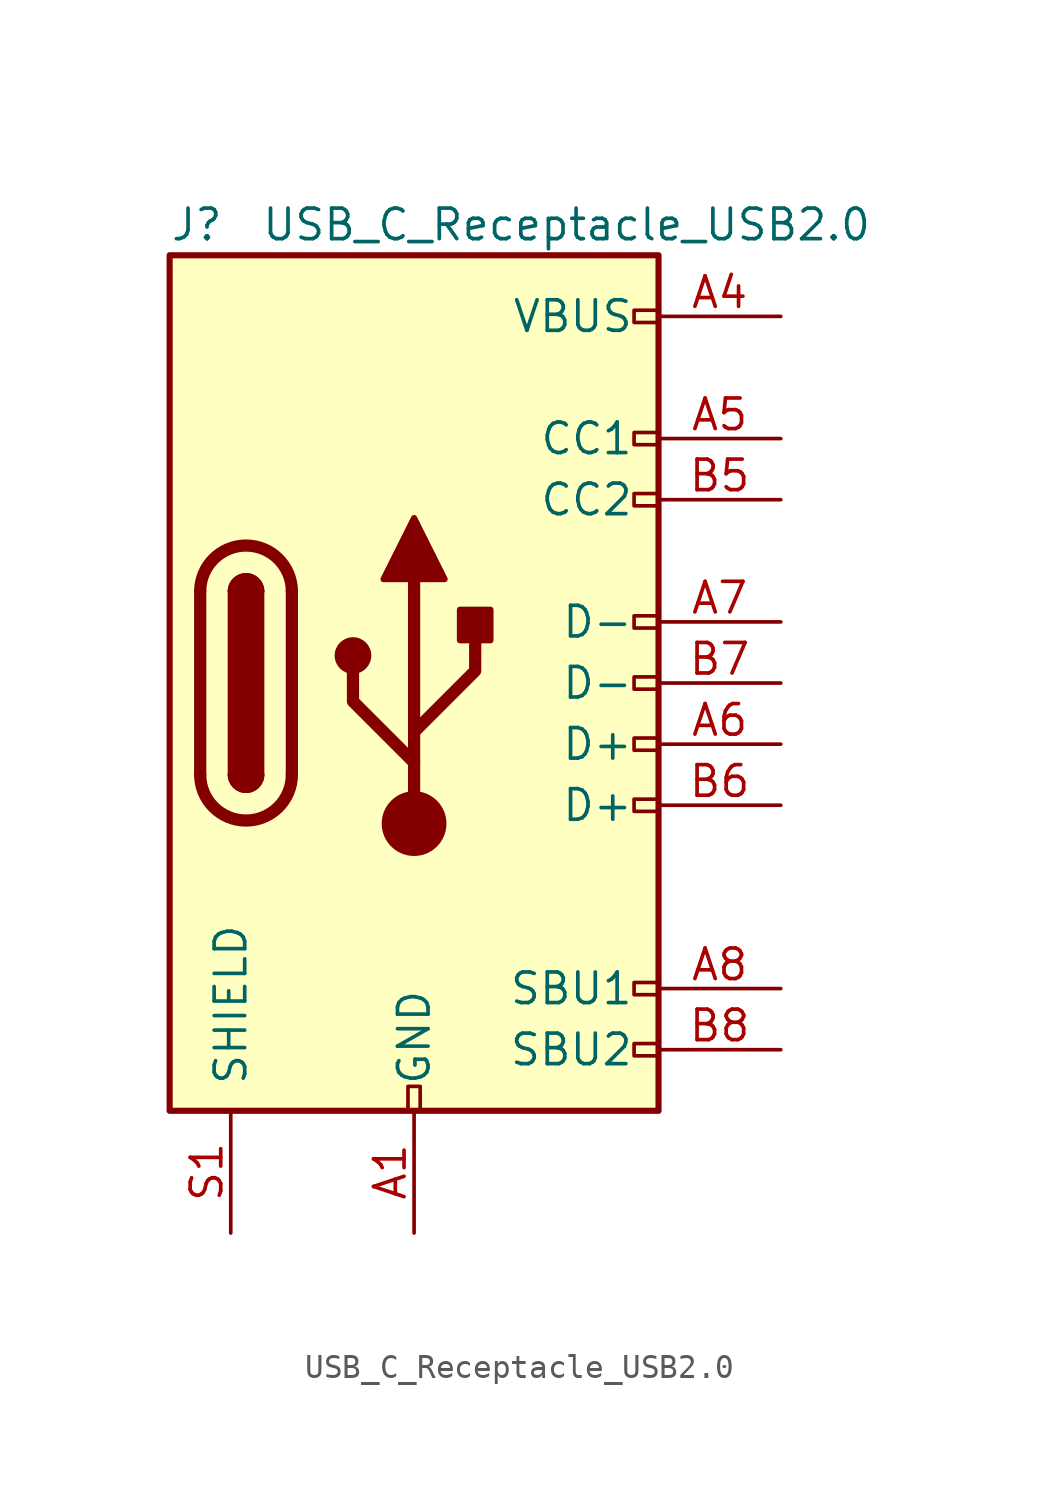
<source format=kicad_sym>
(kicad_symbol_lib
  (version 20220914)
  (generator kicad_symbol_editor)
  (symbol "USB_C_Receptacle_USB2.0"
    (pin_names
      (offset 1.016))
    (property "Reference" "J"
      (at -10.16 19.05 0)
      (effects (font (size 1.27 1.27)) (justify left)))
    (property "Value" "USB_C_Receptacle_USB2.0"
      (at 19.05 19.05 0)
      (effects (font (size 1.27 1.27)) (justify right)))
    (symbol "USB_C_Receptacle_USB2.0_0_0"
      (rectangle (start -0.254 -17.78) (end 0.254 -16.764) (stroke (width 0) (type default)) (fill (type none)))
      (rectangle (start 10.16 -14.986) (end 9.144 -15.494) (stroke (width 0) (type default)) (fill (type none)))
      (rectangle (start 10.16 -12.446) (end 9.144 -12.954) (stroke (width 0) (type default)) (fill (type none)))
      (rectangle (start 10.16 -4.826) (end 9.144 -5.334) (stroke (width 0) (type default)) (fill (type none)))
      (rectangle (start 10.16 -2.286) (end 9.144 -2.794) (stroke (width 0) (type default)) (fill (type none)))
      (rectangle (start 10.16 0.254) (end 9.144 -0.254) (stroke (width 0) (type default)) (fill (type none)))
      (rectangle (start 10.16 2.794) (end 9.144 2.286) (stroke (width 0) (type default)) (fill (type none)))
      (rectangle (start 10.16 7.874) (end 9.144 7.366) (stroke (width 0) (type default)) (fill (type none)))
      (rectangle (start 10.16 10.414) (end 9.144 9.906) (stroke (width 0) (type default)) (fill (type none)))
      (rectangle (start 10.16 15.494) (end 9.144 14.986) (stroke (width 0) (type default)) (fill (type none))))
    (symbol "USB_C_Receptacle_USB2.0_0_1"
      (rectangle (start -10.16 17.78) (end 10.16 -17.78) (stroke (width 0.254) (type default)) (fill (type background)))
      (arc (start -8.89 -3.81) (mid -6.985 -5.7067) (end -5.08 -3.81) (stroke (width 0.508) (type default)) (fill (type none)))
      (arc (start -7.62 -3.81) (mid -6.985 -4.4423) (end -6.35 -3.81) (stroke (width 0.254) (type default)) (fill (type none)))
      (arc (start -7.62 -3.81) (mid -6.985 -4.4423) (end -6.35 -3.81) (stroke (width 0.254) (type default)) (fill (type outline)))
      (rectangle (start -7.62 -3.81) (end -6.35 3.81) (stroke (width 0.254) (type default)) (fill (type outline)))
      (arc (start -6.35 3.81) (mid -6.985 4.4423) (end -7.62 3.81) (stroke (width 0.254) (type default)) (fill (type none)))
      (arc (start -6.35 3.81) (mid -6.985 4.4423) (end -7.62 3.81) (stroke (width 0.254) (type default)) (fill (type outline)))
      (arc (start -5.08 3.81) (mid -6.985 5.7067) (end -8.89 3.81) (stroke (width 0.508) (type default)) (fill (type none)))
      (circle (center -2.54 1.143) (radius 0.635) (stroke (width 0.254) (type default)) (fill (type outline)))
      (circle (center 0 -5.842) (radius 1.27) (stroke (width 0) (type default)) (fill (type outline)))
      (polyline (pts (xy -8.89 -3.81) (xy -8.89 3.81)) (stroke (width 0.508) (type default)) (fill (type none)))
      (polyline (pts (xy -5.08 3.81) (xy -5.08 -3.81)) (stroke (width 0.508) (type default)) (fill (type none)))
      (polyline (pts (xy 0 -5.842) (xy 0 4.318)) (stroke (width 0.508) (type default)) (fill (type none)))
      (polyline (pts (xy 0 -3.302) (xy -2.54 -0.762) (xy -2.54 0.508)) (stroke (width 0.508) (type default)) (fill (type none)))
      (polyline (pts (xy 0 -2.032) (xy 2.54 0.508) (xy 2.54 1.778)) (stroke (width 0.508) (type default)) (fill (type none)))
      (polyline (pts (xy -1.27 4.318) (xy 0 6.858) (xy 1.27 4.318) (xy -1.27 4.318)) (stroke (width 0.254) (type default)) (fill (type outline)))
      (rectangle (start 1.905 1.778) (end 3.175 3.048) (stroke (width 0.254) (type default)) (fill (type outline))))
    (symbol "USB_C_Receptacle_USB2.0_1_1"
      (pin passive line (at 0 -22.86 90) (length 5.08) (name "GND" (effects (font (size 1.27 1.27)))) (number "A1" (effects (font (size 1.27 1.27)))))
      (pin passive line (at 0 -22.86 90) (length 5.08) hide (name "GND" (effects (font (size 1.27 1.27)))) (number "A12" (effects (font (size 1.27 1.27)))))
      (pin power_out line (at 15.24 15.24 180) (length 5.08) (name "VBUS" (effects (font (size 1.27 1.27)))) (number "A4" (effects (font (size 1.27 1.27)))))
      (pin bidirectional line (at 15.24 10.16 180) (length 5.08) (name "CC1" (effects (font (size 1.27 1.27)))) (number "A5" (effects (font (size 1.27 1.27)))))
      (pin bidirectional line (at 15.24 -2.54 180) (length 5.08) (name "D+" (effects (font (size 1.27 1.27)))) (number "A6" (effects (font (size 1.27 1.27)))))
      (pin bidirectional line (at 15.24 2.54 180) (length 5.08) (name "D-" (effects (font (size 1.27 1.27)))) (number "A7" (effects (font (size 1.27 1.27)))))
      (pin bidirectional line (at 15.24 -12.7 180) (length 5.08) (name "SBU1" (effects (font (size 1.27 1.27)))) (number "A8" (effects (font (size 1.27 1.27)))))
      (pin power_out line (at 15.24 15.24 180) (length 5.08) hide (name "VBUS" (effects (font (size 1.27 1.27)))) (number "A9" (effects (font (size 1.27 1.27)))))
      (pin passive line (at 0 -22.86 90) (length 5.08) hide (name "GND" (effects (font (size 1.27 1.27)))) (number "B1" (effects (font (size 1.27 1.27)))))
      (pin passive line (at 0 -22.86 90) (length 5.08) hide (name "GND" (effects (font (size 1.27 1.27)))) (number "B12" (effects (font (size 1.27 1.27)))))
      (pin passive line (at 15.24 15.24 180) (length 5.08) hide (name "VBUS" (effects (font (size 1.27 1.27)))) (number "B4" (effects (font (size 1.27 1.27)))))
      (pin bidirectional line (at 15.24 7.62 180) (length 5.08) (name "CC2" (effects (font (size 1.27 1.27)))) (number "B5" (effects (font (size 1.27 1.27)))))
      (pin bidirectional line (at 15.24 -5.08 180) (length 5.08) (name "D+" (effects (font (size 1.27 1.27)))) (number "B6" (effects (font (size 1.27 1.27)))))
      (pin bidirectional line (at 15.24 0 180) (length 5.08) (name "D-" (effects (font (size 1.27 1.27)))) (number "B7" (effects (font (size 1.27 1.27)))))
      (pin bidirectional line (at 15.24 -15.24 180) (length 5.08) (name "SBU2" (effects (font (size 1.27 1.27)))) (number "B8" (effects (font (size 1.27 1.27)))))
      (pin passive line (at 15.24 15.24 180) (length 5.08) hide (name "VBUS" (effects (font (size 1.27 1.27)))) (number "B9" (effects (font (size 1.27 1.27)))))
      (pin passive line (at -7.62 -22.86 90) (length 5.08) (name "SHIELD" (effects (font (size 1.27 1.27)))) (number "S1" (effects (font (size 1.27 1.27))))))))
</source>
